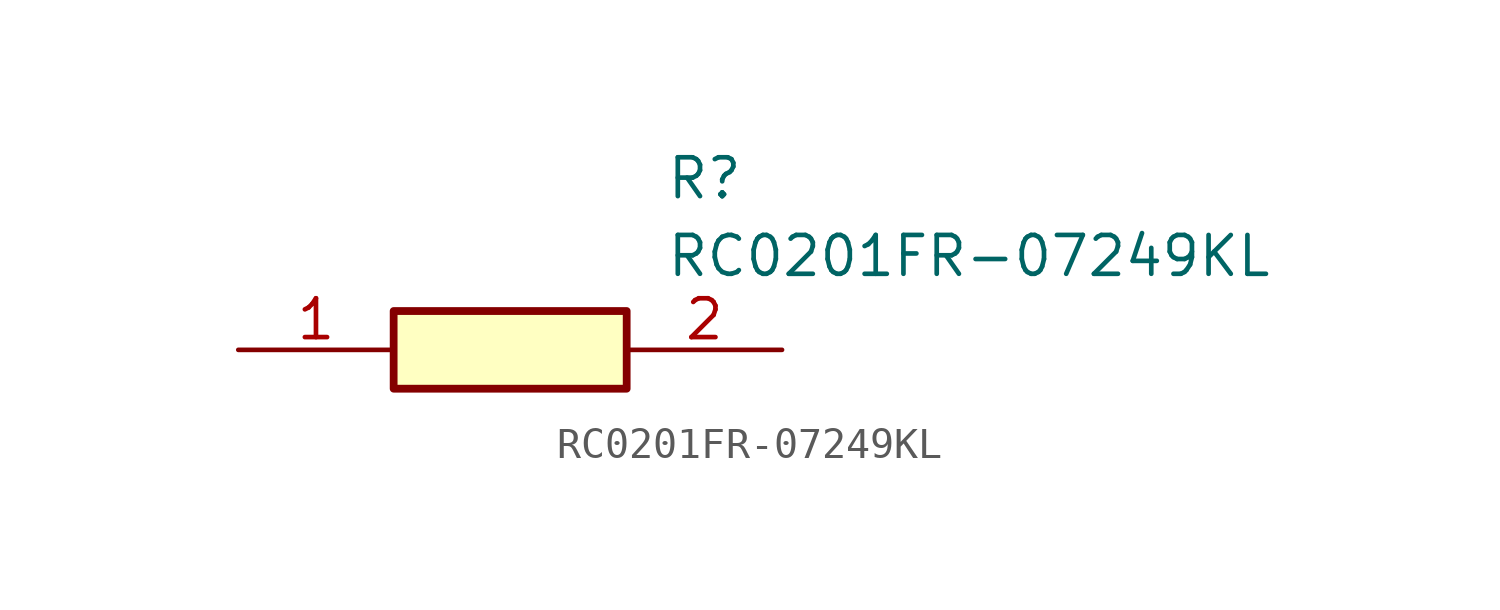
<source format=kicad_sym>
(kicad_symbol_lib
  (version 20211014)
  (generator SamacSys_ECAD_Model)
  (symbol "RC0201FR-07249KL"
    (pin_names hide)
    (property "Reference" "R"
      (at 13.97 6.35 0)
      (effects (font (size 1.27 1.27)) (justify left top)))
    (property "Value" "RC0201FR-07249KL"
      (at 13.97 3.81 0)
      (effects (font (size 1.27 1.27)) (justify left top)))
    (rectangle
      (start 5.08 1.27)
      (end 12.7 -1.27)
      (stroke (width 0.254) (type default))
      (fill (type background)))
    (pin passive line
      (at 0 0 0)
      (length 5.08)
      (name "1" (effects (font (size 1.27 1.27))))
      (number "1" (effects (font (size 1.27 1.27)))))
    (pin passive line
      (at 17.78 0 180)
      (length 5.08)
      (name "2" (effects (font (size 1.27 1.27))))
      (number "2" (effects (font (size 1.27 1.27)))))))
</source>
